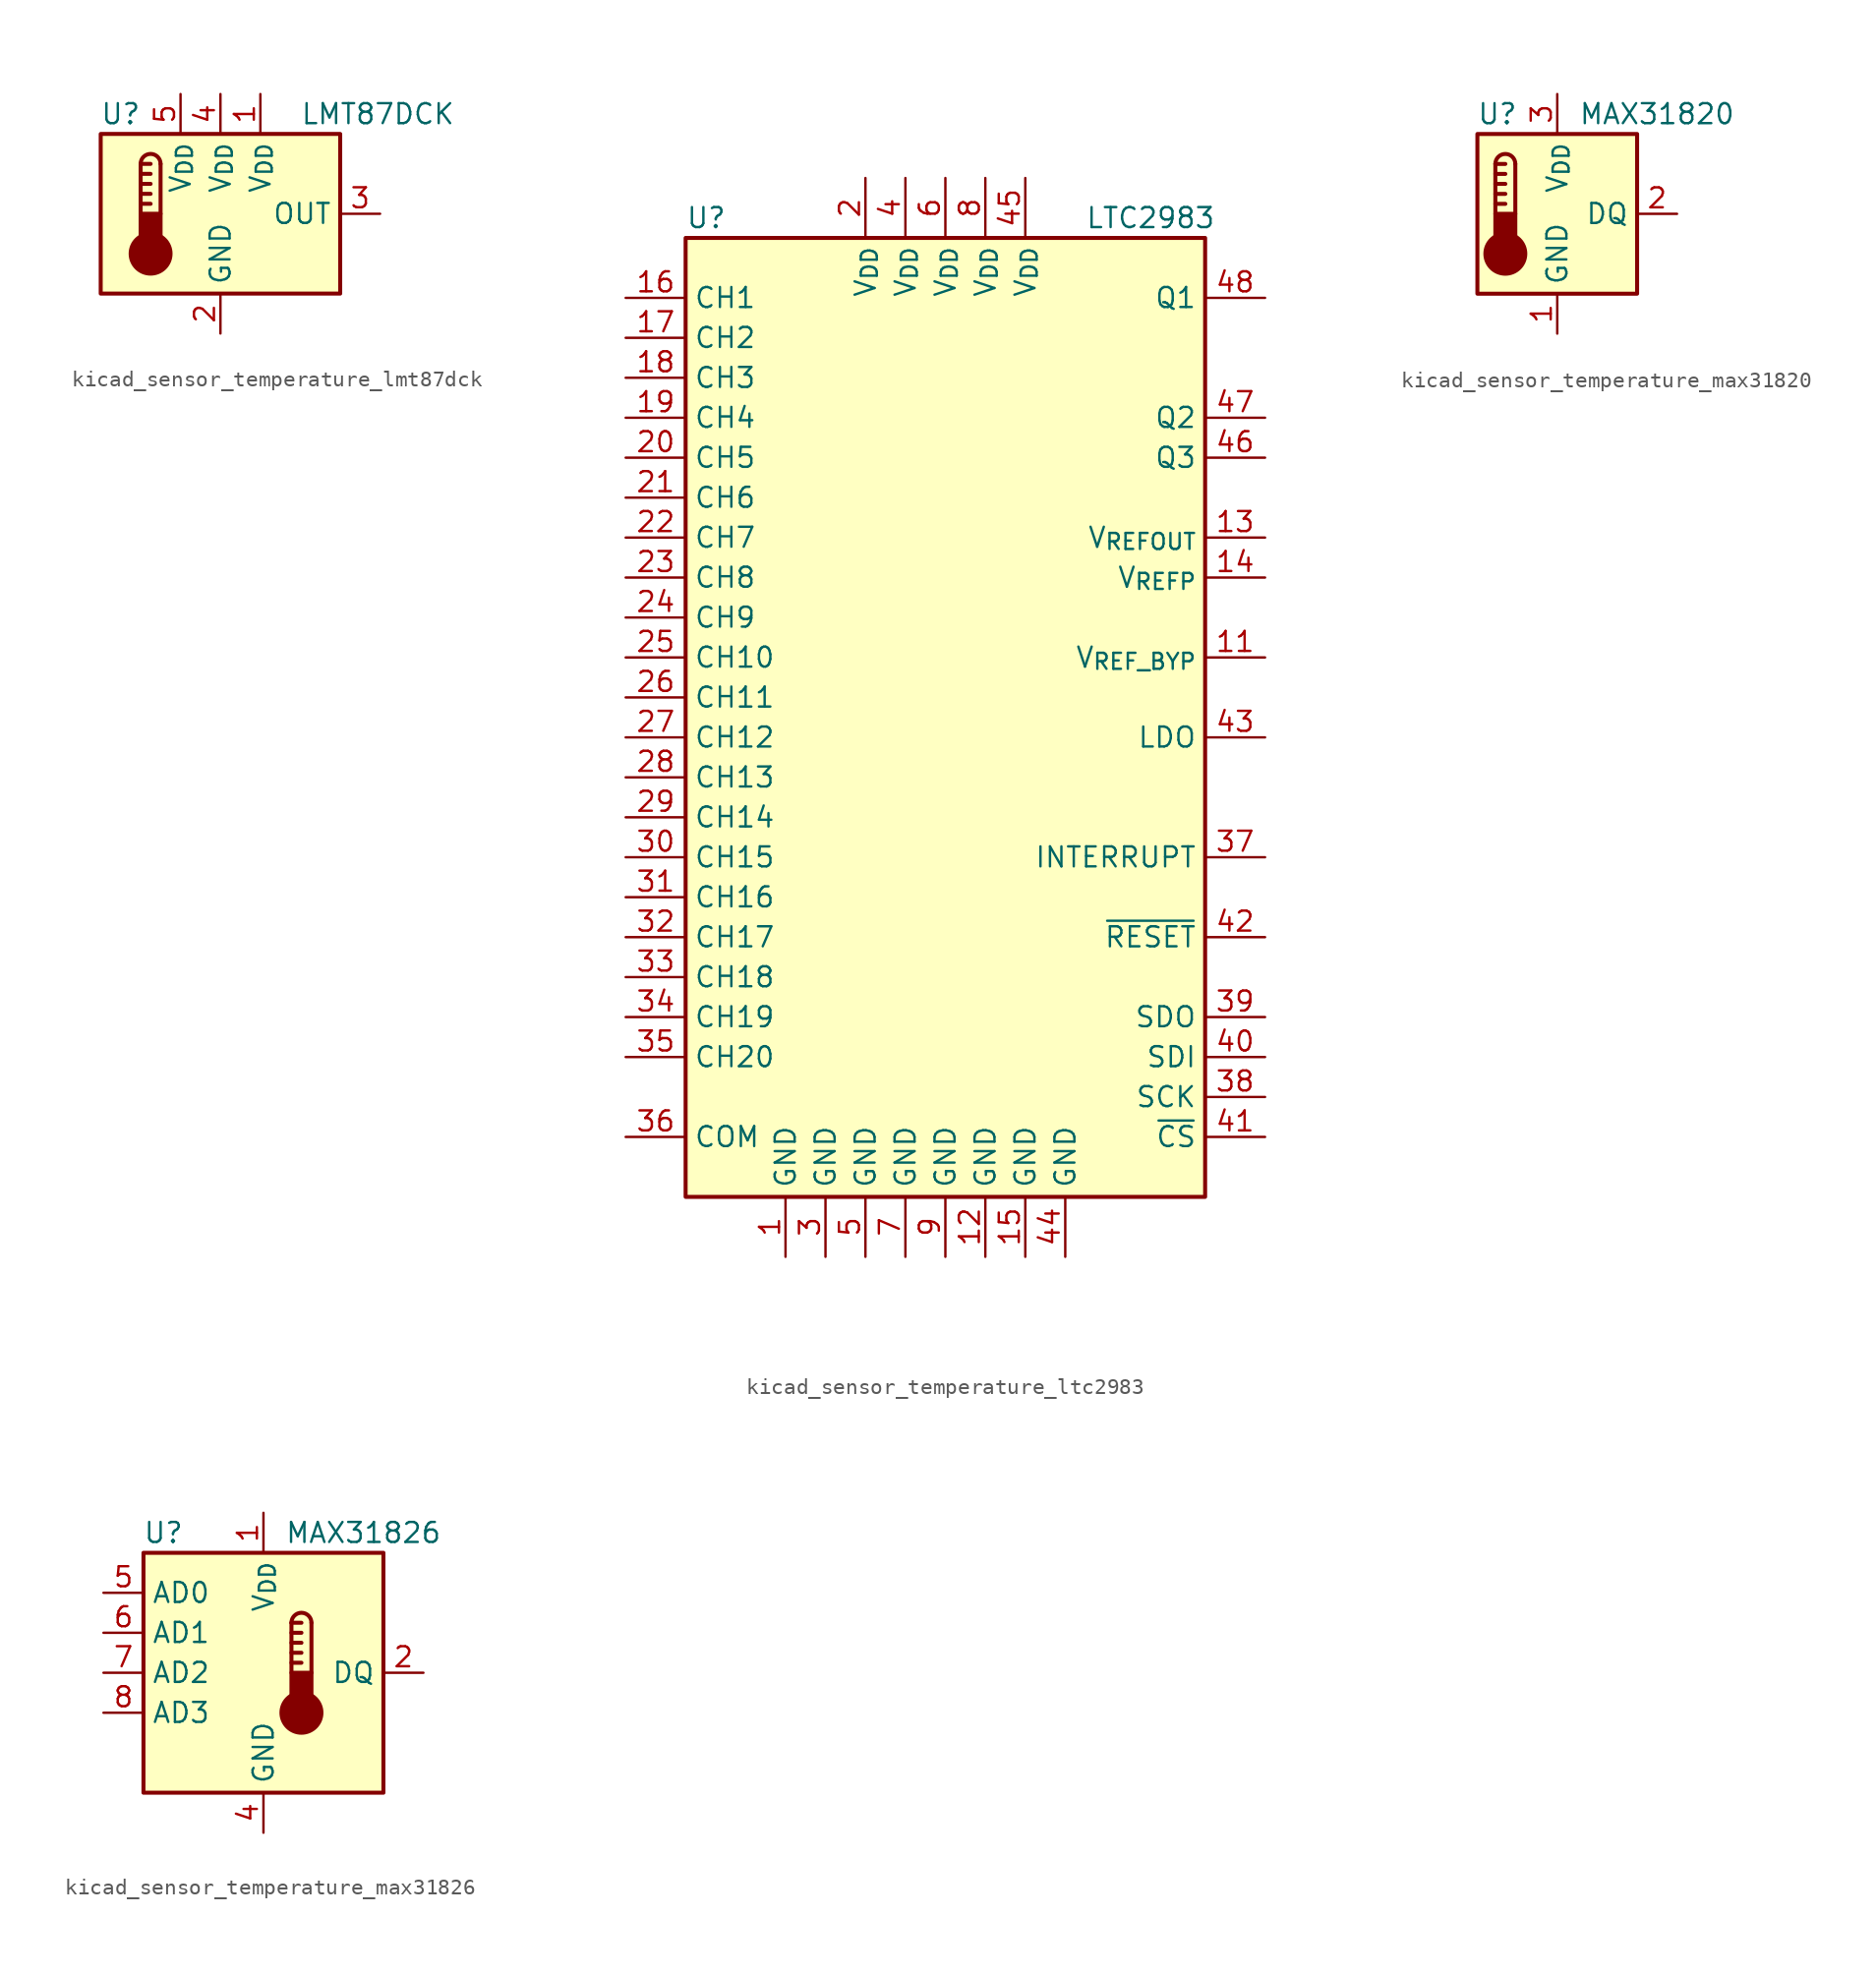
<source format=kicad_sym>
(kicad_symbol_lib
  (version 20220914)
  (generator kicad_symbol_editor)
  (symbol "kicad_sensor_temperature_lmt87dck"
    (property "Reference" "U"
      (at -6.35 6.35 0)
      (effects (font (size 1.27 1.27))))
    (property "Value" "LMT87DCK"
      (at 5.08 6.35 0)
      (effects (font (size 1.27 1.27)) (justify left)))
    (symbol "kicad_sensor_temperature_lmt87dck_0_1"
      (rectangle (start -7.62 5.08) (end 7.62 -5.08) (stroke (width 0.254) (type default)) (fill (type background)))
      (circle (center -4.445 -2.54) (radius 1.27) (stroke (width 0.254) (type default)) (fill (type outline)))
      (rectangle (start -3.81 -1.905) (end -5.08 0) (stroke (width 0.254) (type default)) (fill (type outline)))
      (arc (start -3.81 3.175) (mid -4.445 3.8073) (end -5.08 3.175) (stroke (width 0.254) (type default)) (fill (type none)))
      (polyline (pts (xy -5.08 0.635) (xy -4.445 0.635)) (stroke (width 0.254) (type default)) (fill (type none)))
      (polyline (pts (xy -5.08 1.27) (xy -4.445 1.27)) (stroke (width 0.254) (type default)) (fill (type none)))
      (polyline (pts (xy -5.08 1.905) (xy -4.445 1.905)) (stroke (width 0.254) (type default)) (fill (type none)))
      (polyline (pts (xy -5.08 2.54) (xy -4.445 2.54)) (stroke (width 0.254) (type default)) (fill (type none)))
      (polyline (pts (xy -5.08 3.175) (xy -5.08 0)) (stroke (width 0.254) (type default)) (fill (type none)))
      (polyline (pts (xy -5.08 3.175) (xy -4.445 3.175)) (stroke (width 0.254) (type default)) (fill (type none)))
      (polyline (pts (xy -3.81 3.175) (xy -3.81 0)) (stroke (width 0.254) (type default)) (fill (type none))))
    (symbol "kicad_sensor_temperature_lmt87dck_1_1"
      (pin power_in line (at 2.54 7.62 270) (length 2.54) (name "V_{DD}" (effects (font (size 1.27 1.27)))) (number "1" (effects (font (size 1.27 1.27)))))
      (pin power_in line (at 0 -7.62 90) (length 2.54) (name "GND" (effects (font (size 1.27 1.27)))) (number "2" (effects (font (size 1.27 1.27)))))
      (pin output line (at 10.16 0 180) (length 2.54) (name "OUT" (effects (font (size 1.27 1.27)))) (number "3" (effects (font (size 1.27 1.27)))))
      (pin power_in line (at 0 7.62 270) (length 2.54) (name "V_{DD}" (effects (font (size 1.27 1.27)))) (number "4" (effects (font (size 1.27 1.27)))))
      (pin power_in line (at -2.54 7.62 270) (length 2.54) (name "V_{DD}" (effects (font (size 1.27 1.27)))) (number "5" (effects (font (size 1.27 1.27)))))))
  (symbol "kicad_sensor_temperature_ltc2983"
    (property "Reference" "U"
      (at -16.51 33.02 0)
      (effects (font (size 1.27 1.27)) (justify left)))
    (property "Value" "LTC2983"
      (at 8.89 33.02 0)
      (effects (font (size 1.27 1.27)) (justify left)))
    (symbol "kicad_sensor_temperature_ltc2983_0_1"
      (rectangle (start -16.51 31.75) (end 16.51 -29.21) (stroke (width 0.254) (type default)) (fill (type background))))
    (symbol "kicad_sensor_temperature_ltc2983_1_1"
      (pin power_in line (at -10.16 -33.02 90) (length 3.81) (name "GND" (effects (font (size 1.27 1.27)))) (number "1" (effects (font (size 1.27 1.27)))))
      (pin no_connect line (at 16.51 22.86 180) (length 3.81) hide (name "NC" (effects (font (size 1.27 1.27)))) (number "10" (effects (font (size 1.27 1.27)))))
      (pin passive line (at 20.32 5.08 180) (length 3.81) (name "V_{REF_BYP}" (effects (font (size 1.27 1.27)))) (number "11" (effects (font (size 1.27 1.27)))))
      (pin power_in line (at 2.54 -33.02 90) (length 3.81) (name "GND" (effects (font (size 1.27 1.27)))) (number "12" (effects (font (size 1.27 1.27)))))
      (pin passive line (at 20.32 12.7 180) (length 3.81) (name "V_{REFOUT}" (effects (font (size 1.27 1.27)))) (number "13" (effects (font (size 1.27 1.27)))))
      (pin passive line (at 20.32 10.16 180) (length 3.81) (name "V_{REFP}" (effects (font (size 1.27 1.27)))) (number "14" (effects (font (size 1.27 1.27)))))
      (pin power_in line (at 5.08 -33.02 90) (length 3.81) (name "GND" (effects (font (size 1.27 1.27)))) (number "15" (effects (font (size 1.27 1.27)))))
      (pin passive line (at -20.32 27.94 0) (length 3.81) (name "CH1" (effects (font (size 1.27 1.27)))) (number "16" (effects (font (size 1.27 1.27)))))
      (pin passive line (at -20.32 25.4 0) (length 3.81) (name "CH2" (effects (font (size 1.27 1.27)))) (number "17" (effects (font (size 1.27 1.27)))))
      (pin passive line (at -20.32 22.86 0) (length 3.81) (name "CH3" (effects (font (size 1.27 1.27)))) (number "18" (effects (font (size 1.27 1.27)))))
      (pin passive line (at -20.32 20.32 0) (length 3.81) (name "CH4" (effects (font (size 1.27 1.27)))) (number "19" (effects (font (size 1.27 1.27)))))
      (pin power_in line (at -5.08 35.56 270) (length 3.81) (name "V_{DD}" (effects (font (size 1.27 1.27)))) (number "2" (effects (font (size 1.27 1.27)))))
      (pin passive line (at -20.32 17.78 0) (length 3.81) (name "CH5" (effects (font (size 1.27 1.27)))) (number "20" (effects (font (size 1.27 1.27)))))
      (pin passive line (at -20.32 15.24 0) (length 3.81) (name "CH6" (effects (font (size 1.27 1.27)))) (number "21" (effects (font (size 1.27 1.27)))))
      (pin passive line (at -20.32 12.7 0) (length 3.81) (name "CH7" (effects (font (size 1.27 1.27)))) (number "22" (effects (font (size 1.27 1.27)))))
      (pin passive line (at -20.32 10.16 0) (length 3.81) (name "CH8" (effects (font (size 1.27 1.27)))) (number "23" (effects (font (size 1.27 1.27)))))
      (pin passive line (at -20.32 7.62 0) (length 3.81) (name "CH9" (effects (font (size 1.27 1.27)))) (number "24" (effects (font (size 1.27 1.27)))))
      (pin passive line (at -20.32 5.08 0) (length 3.81) (name "CH10" (effects (font (size 1.27 1.27)))) (number "25" (effects (font (size 1.27 1.27)))))
      (pin passive line (at -20.32 2.54 0) (length 3.81) (name "CH11" (effects (font (size 1.27 1.27)))) (number "26" (effects (font (size 1.27 1.27)))))
      (pin passive line (at -20.32 0 0) (length 3.81) (name "CH12" (effects (font (size 1.27 1.27)))) (number "27" (effects (font (size 1.27 1.27)))))
      (pin passive line (at -20.32 -2.54 0) (length 3.81) (name "CH13" (effects (font (size 1.27 1.27)))) (number "28" (effects (font (size 1.27 1.27)))))
      (pin passive line (at -20.32 -5.08 0) (length 3.81) (name "CH14" (effects (font (size 1.27 1.27)))) (number "29" (effects (font (size 1.27 1.27)))))
      (pin power_in line (at -7.62 -33.02 90) (length 3.81) (name "GND" (effects (font (size 1.27 1.27)))) (number "3" (effects (font (size 1.27 1.27)))))
      (pin passive line (at -20.32 -7.62 0) (length 3.81) (name "CH15" (effects (font (size 1.27 1.27)))) (number "30" (effects (font (size 1.27 1.27)))))
      (pin passive line (at -20.32 -10.16 0) (length 3.81) (name "CH16" (effects (font (size 1.27 1.27)))) (number "31" (effects (font (size 1.27 1.27)))))
      (pin passive line (at -20.32 -12.7 0) (length 3.81) (name "CH17" (effects (font (size 1.27 1.27)))) (number "32" (effects (font (size 1.27 1.27)))))
      (pin passive line (at -20.32 -15.24 0) (length 3.81) (name "CH18" (effects (font (size 1.27 1.27)))) (number "33" (effects (font (size 1.27 1.27)))))
      (pin passive line (at -20.32 -17.78 0) (length 3.81) (name "CH19" (effects (font (size 1.27 1.27)))) (number "34" (effects (font (size 1.27 1.27)))))
      (pin passive line (at -20.32 -20.32 0) (length 3.81) (name "CH20" (effects (font (size 1.27 1.27)))) (number "35" (effects (font (size 1.27 1.27)))))
      (pin passive line (at -20.32 -25.4 0) (length 3.81) (name "COM" (effects (font (size 1.27 1.27)))) (number "36" (effects (font (size 1.27 1.27)))))
      (pin output line (at 20.32 -7.62 180) (length 3.81) (name "INTERRUPT" (effects (font (size 1.27 1.27)))) (number "37" (effects (font (size 1.27 1.27)))))
      (pin input line (at 20.32 -22.86 180) (length 3.81) (name "SCK" (effects (font (size 1.27 1.27)))) (number "38" (effects (font (size 1.27 1.27)))))
      (pin tri_state line (at 20.32 -17.78 180) (length 3.81) (name "SDO" (effects (font (size 1.27 1.27)))) (number "39" (effects (font (size 1.27 1.27)))))
      (pin power_in line (at -2.54 35.56 270) (length 3.81) (name "V_{DD}" (effects (font (size 1.27 1.27)))) (number "4" (effects (font (size 1.27 1.27)))))
      (pin input line (at 20.32 -20.32 180) (length 3.81) (name "SDI" (effects (font (size 1.27 1.27)))) (number "40" (effects (font (size 1.27 1.27)))))
      (pin input line (at 20.32 -25.4 180) (length 3.81) (name "~{CS}" (effects (font (size 1.27 1.27)))) (number "41" (effects (font (size 1.27 1.27)))))
      (pin input line (at 20.32 -12.7 180) (length 3.81) (name "~{RESET}" (effects (font (size 1.27 1.27)))) (number "42" (effects (font (size 1.27 1.27)))))
      (pin passive line (at 20.32 0 180) (length 3.81) (name "LDO" (effects (font (size 1.27 1.27)))) (number "43" (effects (font (size 1.27 1.27)))))
      (pin power_in line (at 7.62 -33.02 90) (length 3.81) (name "GND" (effects (font (size 1.27 1.27)))) (number "44" (effects (font (size 1.27 1.27)))))
      (pin power_in line (at 5.08 35.56 270) (length 3.81) (name "V_{DD}" (effects (font (size 1.27 1.27)))) (number "45" (effects (font (size 1.27 1.27)))))
      (pin passive line (at 20.32 17.78 180) (length 3.81) (name "Q3" (effects (font (size 1.27 1.27)))) (number "46" (effects (font (size 1.27 1.27)))))
      (pin passive line (at 20.32 20.32 180) (length 3.81) (name "Q2" (effects (font (size 1.27 1.27)))) (number "47" (effects (font (size 1.27 1.27)))))
      (pin passive line (at 20.32 27.94 180) (length 3.81) (name "Q1" (effects (font (size 1.27 1.27)))) (number "48" (effects (font (size 1.27 1.27)))))
      (pin power_in line (at -5.08 -33.02 90) (length 3.81) (name "GND" (effects (font (size 1.27 1.27)))) (number "5" (effects (font (size 1.27 1.27)))))
      (pin power_in line (at 0 35.56 270) (length 3.81) (name "V_{DD}" (effects (font (size 1.27 1.27)))) (number "6" (effects (font (size 1.27 1.27)))))
      (pin power_in line (at -2.54 -33.02 90) (length 3.81) (name "GND" (effects (font (size 1.27 1.27)))) (number "7" (effects (font (size 1.27 1.27)))))
      (pin power_in line (at 2.54 35.56 270) (length 3.81) (name "V_{DD}" (effects (font (size 1.27 1.27)))) (number "8" (effects (font (size 1.27 1.27)))))
      (pin power_in line (at 0 -33.02 90) (length 3.81) (name "GND" (effects (font (size 1.27 1.27)))) (number "9" (effects (font (size 1.27 1.27)))))))
  (symbol "kicad_sensor_temperature_max31820"
    (property "Reference" "U"
      (at -3.81 6.35 0)
      (effects (font (size 1.27 1.27))))
    (property "Value" "MAX31820"
      (at 6.35 6.35 0)
      (effects (font (size 1.27 1.27))))
    (symbol "kicad_sensor_temperature_max31820_0_1"
      (rectangle (start -5.08 5.08) (end 5.08 -5.08) (stroke (width 0.254) (type default)) (fill (type background)))
      (circle (center -3.302 -2.54) (radius 1.27) (stroke (width 0.254) (type default)) (fill (type outline)))
      (rectangle (start -2.667 -1.905) (end -3.937 0) (stroke (width 0.254) (type default)) (fill (type outline)))
      (arc (start -2.667 3.175) (mid -3.302 3.8073) (end -3.937 3.175) (stroke (width 0.254) (type default)) (fill (type none)))
      (polyline (pts (xy -3.937 0.635) (xy -3.302 0.635)) (stroke (width 0.254) (type default)) (fill (type none)))
      (polyline (pts (xy -3.937 1.27) (xy -3.302 1.27)) (stroke (width 0.254) (type default)) (fill (type none)))
      (polyline (pts (xy -3.937 1.905) (xy -3.302 1.905)) (stroke (width 0.254) (type default)) (fill (type none)))
      (polyline (pts (xy -3.937 2.54) (xy -3.302 2.54)) (stroke (width 0.254) (type default)) (fill (type none)))
      (polyline (pts (xy -3.937 3.175) (xy -3.937 0)) (stroke (width 0.254) (type default)) (fill (type none)))
      (polyline (pts (xy -3.937 3.175) (xy -3.302 3.175)) (stroke (width 0.254) (type default)) (fill (type none)))
      (polyline (pts (xy -2.667 3.175) (xy -2.667 0)) (stroke (width 0.254) (type default)) (fill (type none))))
    (symbol "kicad_sensor_temperature_max31820_1_1"
      (pin power_in line (at 0 -7.62 90) (length 2.54) (name "GND" (effects (font (size 1.27 1.27)))) (number "1" (effects (font (size 1.27 1.27)))))
      (pin bidirectional line (at 7.62 0 180) (length 2.54) (name "DQ" (effects (font (size 1.27 1.27)))) (number "2" (effects (font (size 1.27 1.27)))))
      (pin power_in line (at 0 7.62 270) (length 2.54) (name "V_{DD}" (effects (font (size 1.27 1.27)))) (number "3" (effects (font (size 1.27 1.27)))))))
  (symbol "kicad_sensor_temperature_max31826"
    (property "Reference" "U"
      (at -6.35 8.89 0)
      (effects (font (size 1.27 1.27))))
    (property "Value" "MAX31826"
      (at 6.35 8.89 0)
      (effects (font (size 1.27 1.27))))
    (symbol "kicad_sensor_temperature_max31826_0_1"
      (rectangle (start -7.62 7.62) (end 7.62 -7.62) (stroke (width 0.254) (type default)) (fill (type background)))
      (polyline (pts (xy 1.778 0.635) (xy 2.413 0.635)) (stroke (width 0.254) (type default)) (fill (type none)))
      (polyline (pts (xy 1.778 1.27) (xy 2.413 1.27)) (stroke (width 0.254) (type default)) (fill (type none)))
      (polyline (pts (xy 1.778 1.905) (xy 2.413 1.905)) (stroke (width 0.254) (type default)) (fill (type none)))
      (polyline (pts (xy 1.778 2.54) (xy 2.413 2.54)) (stroke (width 0.254) (type default)) (fill (type none)))
      (polyline (pts (xy 1.778 3.175) (xy 1.778 0)) (stroke (width 0.254) (type default)) (fill (type none)))
      (polyline (pts (xy 1.778 3.175) (xy 2.413 3.175)) (stroke (width 0.254) (type default)) (fill (type none)))
      (polyline (pts (xy 3.048 3.175) (xy 3.048 0)) (stroke (width 0.254) (type default)) (fill (type none)))
      (circle (center 2.413 -2.54) (radius 1.27) (stroke (width 0.254) (type default)) (fill (type outline)))
      (rectangle (start 3.048 -1.905) (end 1.778 0) (stroke (width 0.254) (type default)) (fill (type outline)))
      (arc (start 3.048 3.175) (mid 2.413 3.8073) (end 1.778 3.175) (stroke (width 0.254) (type default)) (fill (type none))))
    (symbol "kicad_sensor_temperature_max31826_1_1"
      (pin power_in line (at 0 10.16 270) (length 2.54) (name "V_{DD}" (effects (font (size 1.27 1.27)))) (number "1" (effects (font (size 1.27 1.27)))))
      (pin bidirectional line (at 10.16 0 180) (length 2.54) (name "DQ" (effects (font (size 1.27 1.27)))) (number "2" (effects (font (size 1.27 1.27)))))
      (pin no_connect line (at -7.62 -5.08 0) (length 2.54) hide (name "NC" (effects (font (size 1.27 1.27)))) (number "3" (effects (font (size 1.27 1.27)))))
      (pin power_in line (at 0 -10.16 90) (length 2.54) (name "GND" (effects (font (size 1.27 1.27)))) (number "4" (effects (font (size 1.27 1.27)))))
      (pin input line (at -10.16 5.08 0) (length 2.54) (name "AD0" (effects (font (size 1.27 1.27)))) (number "5" (effects (font (size 1.27 1.27)))))
      (pin input line (at -10.16 2.54 0) (length 2.54) (name "AD1" (effects (font (size 1.27 1.27)))) (number "6" (effects (font (size 1.27 1.27)))))
      (pin input line (at -10.16 0 0) (length 2.54) (name "AD2" (effects (font (size 1.27 1.27)))) (number "7" (effects (font (size 1.27 1.27)))))
      (pin input line (at -10.16 -2.54 0) (length 2.54) (name "AD3" (effects (font (size 1.27 1.27)))) (number "8" (effects (font (size 1.27 1.27))))))))
</source>
